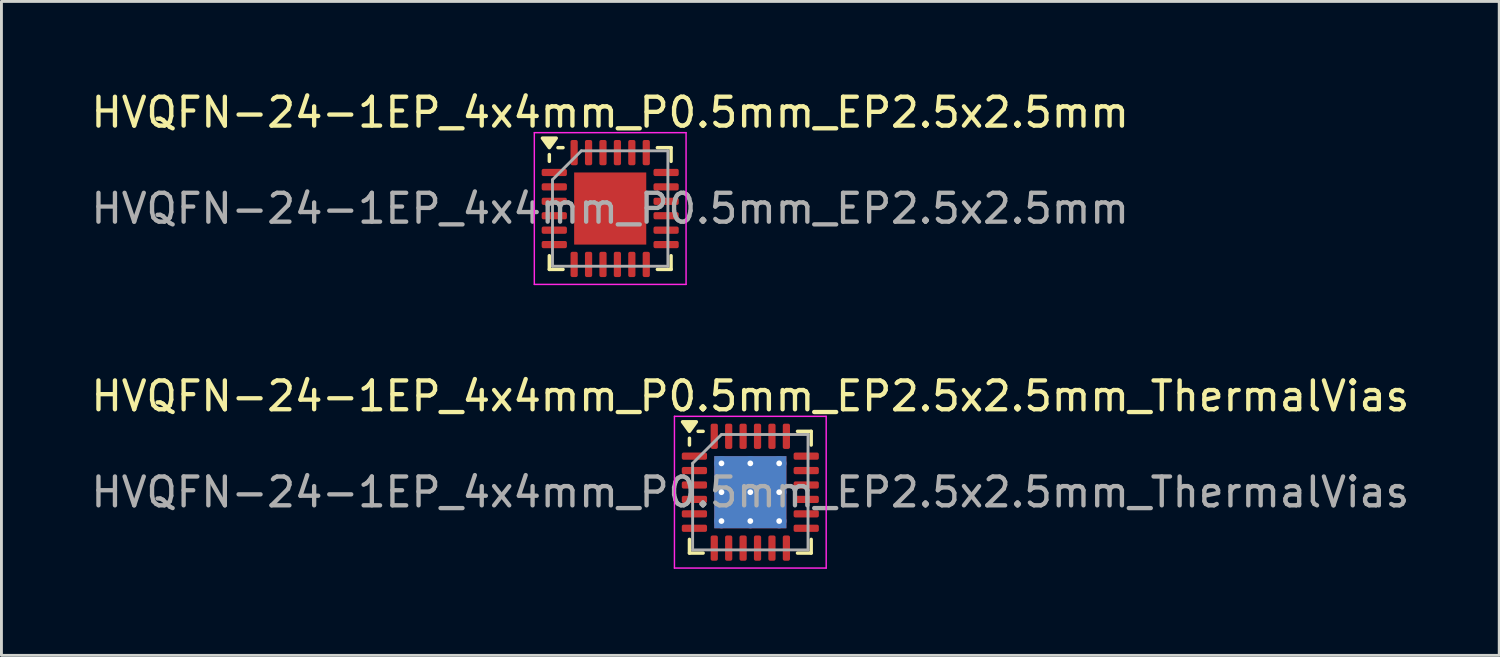
<source format=kicad_pcb>
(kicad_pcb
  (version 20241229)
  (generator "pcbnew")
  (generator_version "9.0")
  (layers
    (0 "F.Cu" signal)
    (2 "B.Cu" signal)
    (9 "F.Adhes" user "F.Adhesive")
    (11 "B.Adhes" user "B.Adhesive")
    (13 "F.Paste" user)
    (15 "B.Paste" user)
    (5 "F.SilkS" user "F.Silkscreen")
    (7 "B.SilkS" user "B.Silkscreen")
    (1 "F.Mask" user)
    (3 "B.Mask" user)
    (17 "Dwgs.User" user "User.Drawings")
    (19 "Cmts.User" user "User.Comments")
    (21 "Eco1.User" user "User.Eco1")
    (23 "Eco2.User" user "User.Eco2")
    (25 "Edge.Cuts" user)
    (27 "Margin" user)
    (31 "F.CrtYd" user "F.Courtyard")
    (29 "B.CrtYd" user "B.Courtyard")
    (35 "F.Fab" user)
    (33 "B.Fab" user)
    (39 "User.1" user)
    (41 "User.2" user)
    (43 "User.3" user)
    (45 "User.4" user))
  (footprint "HVQFN-24-1EP_4x4mm_P0.5mm_EP2.5x2.5mm"
    (layer "F.Cu")
    (at 18.101 4.178)
    (property "Reference" "HVQFN-24-1EP_4x4mm_P0.5mm_EP2.5x2.5mm" (at 0 -3.33 0) (layer "F.SilkS") (effects (font (size 1 1) (thickness 0.15))))
    (attr smd)
    (fp_line (start -2.11 -1.635) (end -2.11 -1.87) (stroke (width 0.12) (type solid)) (layer "F.SilkS"))
    (fp_line (start -2.11 2.11) (end -2.11 1.635) (stroke (width 0.12) (type solid)) (layer "F.SilkS"))
    (fp_line (start -1.635 -2.11) (end -1.81 -2.11) (stroke (width 0.12) (type solid)) (layer "F.SilkS"))
    (fp_line (start -1.635 2.11) (end -2.11 2.11) (stroke (width 0.12) (type solid)) (layer "F.SilkS"))
    (fp_line (start 1.635 -2.11) (end 2.11 -2.11) (stroke (width 0.12) (type solid)) (layer "F.SilkS"))
    (fp_line (start 1.635 2.11) (end 2.11 2.11) (stroke (width 0.12) (type solid)) (layer "F.SilkS"))
    (fp_line (start 2.11 -2.11) (end 2.11 -1.635) (stroke (width 0.12) (type solid)) (layer "F.SilkS"))
    (fp_line (start 2.11 2.11) (end 2.11 1.635) (stroke (width 0.12) (type solid)) (layer "F.SilkS"))
    (fp_poly (pts (xy -2.11 -2.11) (xy -2.35 -2.44) (xy -1.87 -2.44) (xy -2.11 -2.11)) (stroke (width 0.12) (type solid)) (fill yes) (layer "F.SilkS"))
    (fp_line (start -2.63 -2.63) (end -2.63 2.63) (stroke (width 0.05) (type solid)) (layer "F.CrtYd"))
    (fp_line (start -2.63 2.63) (end 2.63 2.63) (stroke (width 0.05) (type solid)) (layer "F.CrtYd"))
    (fp_line (start 2.63 -2.63) (end -2.63 -2.63) (stroke (width 0.05) (type solid)) (layer "F.CrtYd"))
    (fp_line (start 2.63 2.63) (end 2.63 -2.63) (stroke (width 0.05) (type solid)) (layer "F.CrtYd"))
    (fp_line (start -2 -1) (end -1 -2) (stroke (width 0.1) (type solid)) (layer "F.Fab"))
    (fp_line (start -2 2) (end -2 -1) (stroke (width 0.1) (type solid)) (layer "F.Fab"))
    (fp_line (start -1 -2) (end 2 -2) (stroke (width 0.1) (type solid)) (layer "F.Fab"))
    (fp_line (start 2 -2) (end 2 2) (stroke (width 0.1) (type solid)) (layer "F.Fab"))
    (fp_line (start 2 2) (end -2 2) (stroke (width 0.1) (type solid)) (layer "F.Fab"))
    (fp_text user "${REFERENCE}" (at 0 0 0) (layer "F.Fab") (effects (font (size 1 1) (thickness 0.15))))
    (pad "" smd roundrect (at -0.625 -0.625) (size 1.01 1.01) (layers "F.Paste") (roundrect_rratio 0.248))
    (pad "" smd roundrect (at -0.625 0.625) (size 1.01 1.01) (layers "F.Paste") (roundrect_rratio 0.248))
    (pad "" smd roundrect (at 0.625 -0.625) (size 1.01 1.01) (layers "F.Paste") (roundrect_rratio 0.248))
    (pad "" smd roundrect (at 0.625 0.625) (size 1.01 1.01) (layers "F.Paste") (roundrect_rratio 0.248))
    (pad "1" smd roundrect (at -1.938 -1.25) (size 0.875 0.25) (layers "F.Cu" "F.Mask" "F.Paste") (roundrect_rratio 0.25))
    (pad "2" smd roundrect (at -1.938 -0.75) (size 0.875 0.25) (layers "F.Cu" "F.Mask" "F.Paste") (roundrect_rratio 0.25))
    (pad "3" smd roundrect (at -1.938 -0.25) (size 0.875 0.25) (layers "F.Cu" "F.Mask" "F.Paste") (roundrect_rratio 0.25))
    (pad "4" smd roundrect (at -1.938 0.25) (size 0.875 0.25) (layers "F.Cu" "F.Mask" "F.Paste") (roundrect_rratio 0.25))
    (pad "5" smd roundrect (at -1.938 0.75) (size 0.875 0.25) (layers "F.Cu" "F.Mask" "F.Paste") (roundrect_rratio 0.25))
    (pad "6" smd roundrect (at -1.938 1.25) (size 0.875 0.25) (layers "F.Cu" "F.Mask" "F.Paste") (roundrect_rratio 0.25))
    (pad "7" smd roundrect (at -1.25 1.938) (size 0.25 0.875) (layers "F.Cu" "F.Mask" "F.Paste") (roundrect_rratio 0.25))
    (pad "8" smd roundrect (at -0.75 1.938) (size 0.25 0.875) (layers "F.Cu" "F.Mask" "F.Paste") (roundrect_rratio 0.25))
    (pad "9" smd roundrect (at -0.25 1.938) (size 0.25 0.875) (layers "F.Cu" "F.Mask" "F.Paste") (roundrect_rratio 0.25))
    (pad "10" smd roundrect (at 0.25 1.938) (size 0.25 0.875) (layers "F.Cu" "F.Mask" "F.Paste") (roundrect_rratio 0.25))
    (pad "11" smd roundrect (at 0.75 1.938) (size 0.25 0.875) (layers "F.Cu" "F.Mask" "F.Paste") (roundrect_rratio 0.25))
    (pad "12" smd roundrect (at 1.25 1.938) (size 0.25 0.875) (layers "F.Cu" "F.Mask" "F.Paste") (roundrect_rratio 0.25))
    (pad "13" smd roundrect (at 1.938 1.25) (size 0.875 0.25) (layers "F.Cu" "F.Mask" "F.Paste") (roundrect_rratio 0.25))
    (pad "14" smd roundrect (at 1.938 0.75) (size 0.875 0.25) (layers "F.Cu" "F.Mask" "F.Paste") (roundrect_rratio 0.25))
    (pad "15" smd roundrect (at 1.938 0.25) (size 0.875 0.25) (layers "F.Cu" "F.Mask" "F.Paste") (roundrect_rratio 0.25))
    (pad "16" smd roundrect (at 1.938 -0.25) (size 0.875 0.25) (layers "F.Cu" "F.Mask" "F.Paste") (roundrect_rratio 0.25))
    (pad "17" smd roundrect (at 1.938 -0.75) (size 0.875 0.25) (layers "F.Cu" "F.Mask" "F.Paste") (roundrect_rratio 0.25))
    (pad "18" smd roundrect (at 1.938 -1.25) (size 0.875 0.25) (layers "F.Cu" "F.Mask" "F.Paste") (roundrect_rratio 0.25))
    (pad "19" smd roundrect (at 1.25 -1.938) (size 0.25 0.875) (layers "F.Cu" "F.Mask" "F.Paste") (roundrect_rratio 0.25))
    (pad "20" smd roundrect (at 0.75 -1.938) (size 0.25 0.875) (layers "F.Cu" "F.Mask" "F.Paste") (roundrect_rratio 0.25))
    (pad "21" smd roundrect (at 0.25 -1.938) (size 0.25 0.875) (layers "F.Cu" "F.Mask" "F.Paste") (roundrect_rratio 0.25))
    (pad "22" smd roundrect (at -0.25 -1.938) (size 0.25 0.875) (layers "F.Cu" "F.Mask" "F.Paste") (roundrect_rratio 0.25))
    (pad "23" smd roundrect (at -0.75 -1.938) (size 0.25 0.875) (layers "F.Cu" "F.Mask" "F.Paste") (roundrect_rratio 0.25))
    (pad "24" smd roundrect (at -1.25 -1.938) (size 0.25 0.875) (layers "F.Cu" "F.Mask" "F.Paste") (roundrect_rratio 0.25))
    (pad "25" smd rect (at 0 0) (size 2.5 2.5) (property pad_prop_heatsink) (layers "F.Cu" "F.Mask")))
  (footprint "HVQFN-24-1EP_4x4mm_P0.5mm_EP2.5x2.5mm_ThermalVias"
    (layer "F.Cu")
    (at 22.958 14.011)
    (property "Reference" "HVQFN-24-1EP_4x4mm_P0.5mm_EP2.5x2.5mm_ThermalVias" (at 0 -3.33 0) (layer "F.SilkS") (effects (font (size 1 1) (thickness 0.15))))
    (attr smd)
    (fp_line (start -2.11 -1.635) (end -2.11 -1.87) (stroke (width 0.12) (type solid)) (layer "F.SilkS"))
    (fp_line (start -2.11 2.11) (end -2.11 1.635) (stroke (width 0.12) (type solid)) (layer "F.SilkS"))
    (fp_line (start -1.635 -2.11) (end -1.81 -2.11) (stroke (width 0.12) (type solid)) (layer "F.SilkS"))
    (fp_line (start -1.635 2.11) (end -2.11 2.11) (stroke (width 0.12) (type solid)) (layer "F.SilkS"))
    (fp_line (start 1.635 -2.11) (end 2.11 -2.11) (stroke (width 0.12) (type solid)) (layer "F.SilkS"))
    (fp_line (start 1.635 2.11) (end 2.11 2.11) (stroke (width 0.12) (type solid)) (layer "F.SilkS"))
    (fp_line (start 2.11 -2.11) (end 2.11 -1.635) (stroke (width 0.12) (type solid)) (layer "F.SilkS"))
    (fp_line (start 2.11 2.11) (end 2.11 1.635) (stroke (width 0.12) (type solid)) (layer "F.SilkS"))
    (fp_poly (pts (xy -2.11 -2.11) (xy -2.35 -2.44) (xy -1.87 -2.44) (xy -2.11 -2.11)) (stroke (width 0.12) (type solid)) (fill yes) (layer "F.SilkS"))
    (fp_line (start -2.63 -2.63) (end -2.63 2.63) (stroke (width 0.05) (type solid)) (layer "F.CrtYd"))
    (fp_line (start -2.63 2.63) (end 2.63 2.63) (stroke (width 0.05) (type solid)) (layer "F.CrtYd"))
    (fp_line (start 2.63 -2.63) (end -2.63 -2.63) (stroke (width 0.05) (type solid)) (layer "F.CrtYd"))
    (fp_line (start 2.63 2.63) (end 2.63 -2.63) (stroke (width 0.05) (type solid)) (layer "F.CrtYd"))
    (fp_line (start -2 -1) (end -1 -2) (stroke (width 0.1) (type solid)) (layer "F.Fab"))
    (fp_line (start -2 2) (end -2 -1) (stroke (width 0.1) (type solid)) (layer "F.Fab"))
    (fp_line (start -1 -2) (end 2 -2) (stroke (width 0.1) (type solid)) (layer "F.Fab"))
    (fp_line (start 2 -2) (end 2 2) (stroke (width 0.1) (type solid)) (layer "F.Fab"))
    (fp_line (start 2 2) (end -2 2) (stroke (width 0.1) (type solid)) (layer "F.Fab"))
    (fp_text user "${REFERENCE}" (at 0 0 0) (layer "F.Fab") (effects (font (size 1 1) (thickness 0.15))))
    (pad "" smd custom (at -0.5 -0.5) (size 0.779 0.779) (layers "F.Paste") (options (anchor circle)) (primitives (gr_poly (pts (xy -0.315 -0.192) (xy -0.192 -0.315) (xy 0.192 -0.315) (xy 0.315 -0.192) (xy 0.315 0.192) (xy 0.192 0.315) (xy -0.192 0.315) (xy -0.315 0.192)) (width 0.297) (fill yes))))
    (pad "" smd custom (at -0.5 0.5) (size 0.779 0.779) (layers "F.Paste") (options (anchor circle)) (primitives (gr_poly (pts (xy -0.315 -0.192) (xy -0.192 -0.315) (xy 0.192 -0.315) (xy 0.315 -0.192) (xy 0.315 0.192) (xy 0.192 0.315) (xy -0.192 0.315) (xy -0.315 0.192)) (width 0.297) (fill yes))))
    (pad "" smd custom (at 0.5 -0.5) (size 0.779 0.779) (layers "F.Paste") (options (anchor circle)) (primitives (gr_poly (pts (xy -0.315 -0.192) (xy -0.192 -0.315) (xy 0.192 -0.315) (xy 0.315 -0.192) (xy 0.315 0.192) (xy 0.192 0.315) (xy -0.192 0.315) (xy -0.315 0.192)) (width 0.297) (fill yes))))
    (pad "" smd custom (at 0.5 0.5) (size 0.779 0.779) (layers "F.Paste") (options (anchor circle)) (primitives (gr_poly (pts (xy -0.315 -0.192) (xy -0.192 -0.315) (xy 0.192 -0.315) (xy 0.315 -0.192) (xy 0.315 0.192) (xy 0.192 0.315) (xy -0.192 0.315) (xy -0.315 0.192)) (width 0.297) (fill yes))))
    (pad "1" smd roundrect (at -1.938 -1.25) (size 0.875 0.25) (layers "F.Cu" "F.Mask" "F.Paste") (roundrect_rratio 0.25))
    (pad "2" smd roundrect (at -1.938 -0.75) (size 0.875 0.25) (layers "F.Cu" "F.Mask" "F.Paste") (roundrect_rratio 0.25))
    (pad "3" smd roundrect (at -1.938 -0.25) (size 0.875 0.25) (layers "F.Cu" "F.Mask" "F.Paste") (roundrect_rratio 0.25))
    (pad "4" smd roundrect (at -1.938 0.25) (size 0.875 0.25) (layers "F.Cu" "F.Mask" "F.Paste") (roundrect_rratio 0.25))
    (pad "5" smd roundrect (at -1.938 0.75) (size 0.875 0.25) (layers "F.Cu" "F.Mask" "F.Paste") (roundrect_rratio 0.25))
    (pad "6" smd roundrect (at -1.938 1.25) (size 0.875 0.25) (layers "F.Cu" "F.Mask" "F.Paste") (roundrect_rratio 0.25))
    (pad "7" smd roundrect (at -1.25 1.938) (size 0.25 0.875) (layers "F.Cu" "F.Mask" "F.Paste") (roundrect_rratio 0.25))
    (pad "8" smd roundrect (at -0.75 1.938) (size 0.25 0.875) (layers "F.Cu" "F.Mask" "F.Paste") (roundrect_rratio 0.25))
    (pad "9" smd roundrect (at -0.25 1.938) (size 0.25 0.875) (layers "F.Cu" "F.Mask" "F.Paste") (roundrect_rratio 0.25))
    (pad "10" smd roundrect (at 0.25 1.938) (size 0.25 0.875) (layers "F.Cu" "F.Mask" "F.Paste") (roundrect_rratio 0.25))
    (pad "11" smd roundrect (at 0.75 1.938) (size 0.25 0.875) (layers "F.Cu" "F.Mask" "F.Paste") (roundrect_rratio 0.25))
    (pad "12" smd roundrect (at 1.25 1.938) (size 0.25 0.875) (layers "F.Cu" "F.Mask" "F.Paste") (roundrect_rratio 0.25))
    (pad "13" smd roundrect (at 1.938 1.25) (size 0.875 0.25) (layers "F.Cu" "F.Mask" "F.Paste") (roundrect_rratio 0.25))
    (pad "14" smd roundrect (at 1.938 0.75) (size 0.875 0.25) (layers "F.Cu" "F.Mask" "F.Paste") (roundrect_rratio 0.25))
    (pad "15" smd roundrect (at 1.938 0.25) (size 0.875 0.25) (layers "F.Cu" "F.Mask" "F.Paste") (roundrect_rratio 0.25))
    (pad "16" smd roundrect (at 1.938 -0.25) (size 0.875 0.25) (layers "F.Cu" "F.Mask" "F.Paste") (roundrect_rratio 0.25))
    (pad "17" smd roundrect (at 1.938 -0.75) (size 0.875 0.25) (layers "F.Cu" "F.Mask" "F.Paste") (roundrect_rratio 0.25))
    (pad "18" smd roundrect (at 1.938 -1.25) (size 0.875 0.25) (layers "F.Cu" "F.Mask" "F.Paste") (roundrect_rratio 0.25))
    (pad "19" smd roundrect (at 1.25 -1.938) (size 0.25 0.875) (layers "F.Cu" "F.Mask" "F.Paste") (roundrect_rratio 0.25))
    (pad "20" smd roundrect (at 0.75 -1.938) (size 0.25 0.875) (layers "F.Cu" "F.Mask" "F.Paste") (roundrect_rratio 0.25))
    (pad "21" smd roundrect (at 0.25 -1.938) (size 0.25 0.875) (layers "F.Cu" "F.Mask" "F.Paste") (roundrect_rratio 0.25))
    (pad "22" smd roundrect (at -0.25 -1.938) (size 0.25 0.875) (layers "F.Cu" "F.Mask" "F.Paste") (roundrect_rratio 0.25))
    (pad "23" smd roundrect (at -0.75 -1.938) (size 0.25 0.875) (layers "F.Cu" "F.Mask" "F.Paste") (roundrect_rratio 0.25))
    (pad "24" smd roundrect (at -1.25 -1.938) (size 0.25 0.875) (layers "F.Cu" "F.Mask" "F.Paste") (roundrect_rratio 0.25))
    (pad "25" thru_hole circle (at -1 -1) (size 0.5 0.5) (drill 0.2) (property pad_prop_heatsink) (layers "*.Cu"))
    (pad "25" thru_hole circle (at -1 0) (size 0.5 0.5) (drill 0.2) (property pad_prop_heatsink) (layers "*.Cu"))
    (pad "25" thru_hole circle (at -1 1) (size 0.5 0.5) (drill 0.2) (property pad_prop_heatsink) (layers "*.Cu"))
    (pad "25" thru_hole circle (at 0 -1) (size 0.5 0.5) (drill 0.2) (property pad_prop_heatsink) (layers "*.Cu"))
    (pad "25" thru_hole circle (at 0 0) (size 0.5 0.5) (drill 0.2) (property pad_prop_heatsink) (layers "*.Cu"))
    (pad "25" smd rect (at 0 0) (size 2.5 2.5) (property pad_prop_heatsink) (layers "F.Cu" "F.Mask"))
    (pad "25" smd rect (at 0 0) (size 2.5 2.5) (property pad_prop_heatsink) (layers "B.Cu"))
    (pad "25" thru_hole circle (at 0 1) (size 0.5 0.5) (drill 0.2) (property pad_prop_heatsink) (layers "*.Cu"))
    (pad "25" thru_hole circle (at 1 -1) (size 0.5 0.5) (drill 0.2) (property pad_prop_heatsink) (layers "*.Cu"))
    (pad "25" thru_hole circle (at 1 0) (size 0.5 0.5) (drill 0.2) (property pad_prop_heatsink) (layers "*.Cu"))
    (pad "25" thru_hole circle (at 1 1) (size 0.5 0.5) (drill 0.2) (property pad_prop_heatsink) (layers "*.Cu")))
  (gr_rect
    (start -3 -3)
    (end 48.917 19.666)
    (stroke (width 0.1) (type default))
    (fill no)
    (layer "Edge.Cuts")))
</source>
